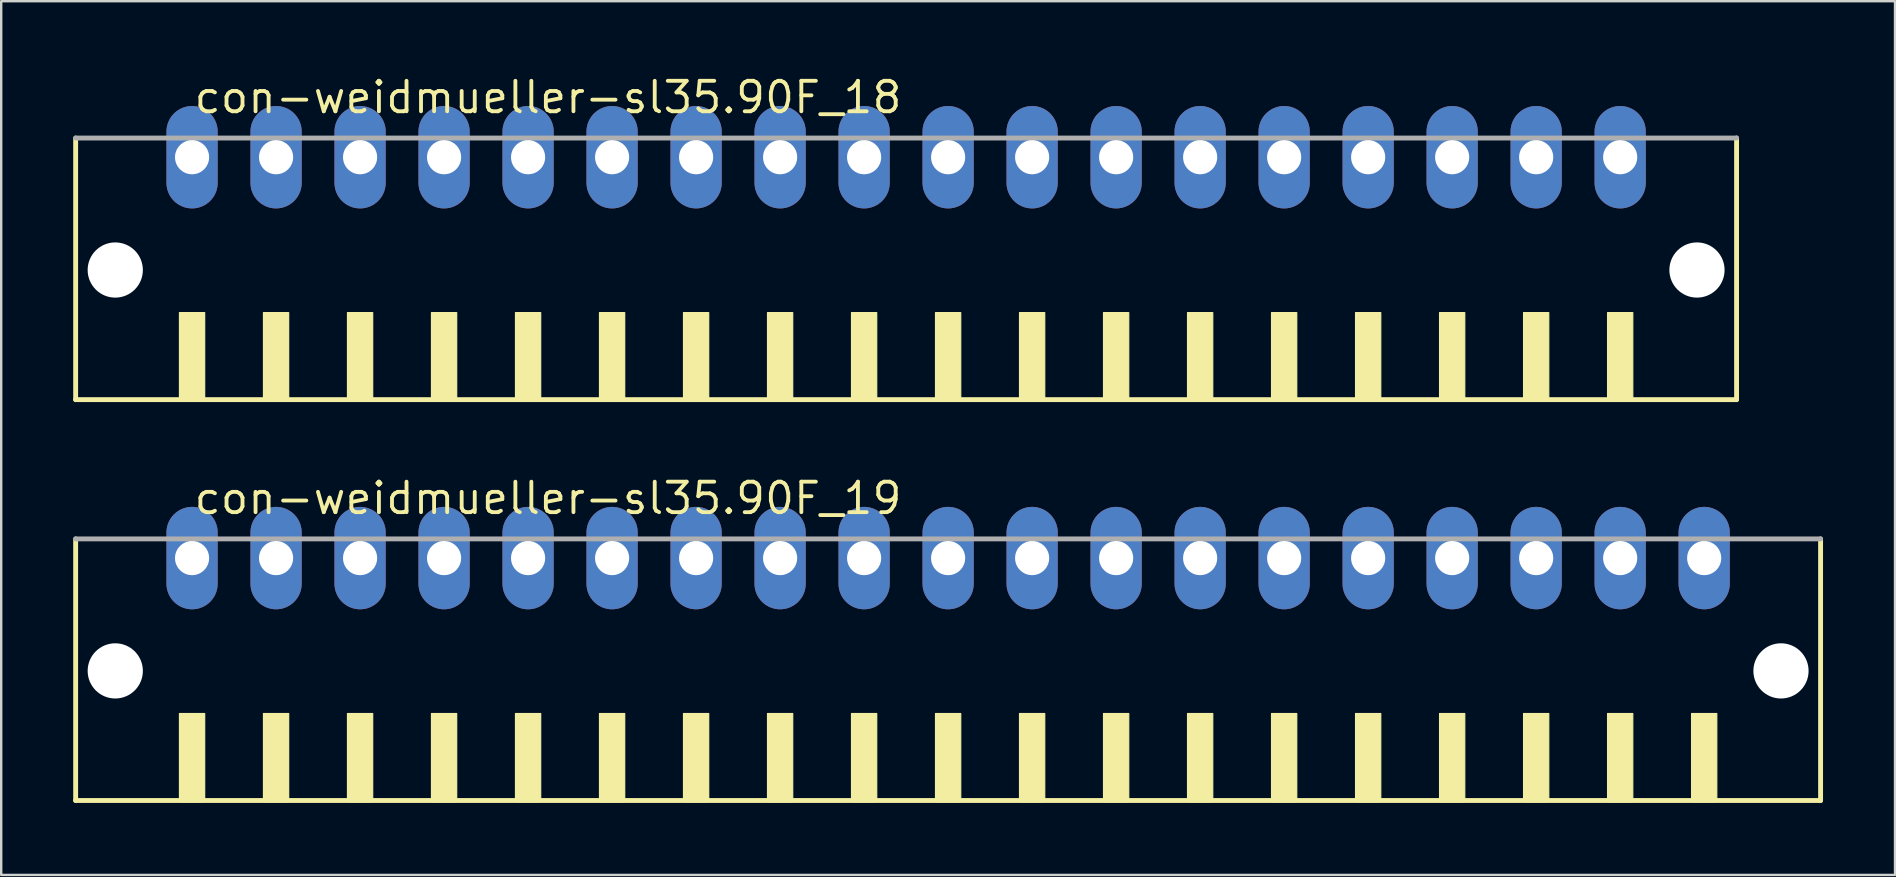
<source format=kicad_pcb>
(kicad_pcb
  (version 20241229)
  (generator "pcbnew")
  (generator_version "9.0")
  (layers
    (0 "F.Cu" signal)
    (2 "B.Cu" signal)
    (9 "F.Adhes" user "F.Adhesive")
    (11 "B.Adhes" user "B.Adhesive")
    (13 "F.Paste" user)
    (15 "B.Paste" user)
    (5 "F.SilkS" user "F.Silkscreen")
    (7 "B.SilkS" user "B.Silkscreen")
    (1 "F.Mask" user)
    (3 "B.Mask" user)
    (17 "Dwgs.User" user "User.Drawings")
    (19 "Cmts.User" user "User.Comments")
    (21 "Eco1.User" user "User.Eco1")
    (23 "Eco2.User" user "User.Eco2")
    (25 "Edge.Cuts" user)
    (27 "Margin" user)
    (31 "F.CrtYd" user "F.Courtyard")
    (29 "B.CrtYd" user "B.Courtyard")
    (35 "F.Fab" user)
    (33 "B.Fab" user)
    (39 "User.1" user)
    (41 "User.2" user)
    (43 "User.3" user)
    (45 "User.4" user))
  (footprint "con-weidmueller-sl35.90F_19"
    (layer "F.Cu")
    (at 36.452 25.452)
    (property "Reference" "con-weidmueller-sl35.90F_19" (at -31.5 -7 0) (layer "F.SilkS") (effects (font (size 1.27 1.27) (thickness 0.16)) (justify left bottom)))
    (attr through_hole)
    (fp_line (start -36.35 -6.05) (end -36.35 4.85) (stroke (width 0.203) (type default)) (layer "F.SilkS"))
    (fp_line (start -36.35 4.85) (end 36.35 4.85) (stroke (width 0.203) (type default)) (layer "F.SilkS"))
    (fp_line (start 36.35 4.85) (end 36.35 -6.05) (stroke (width 0.203) (type default)) (layer "F.SilkS"))
    (fp_rect (start -32.025 4.9) (end -30.975 1.225) (stroke (width 0.05) (type default)) (fill yes) (layer "F.SilkS"))
    (fp_rect (start -28.525 4.9) (end -27.475 1.225) (stroke (width 0.05) (type default)) (fill yes) (layer "F.SilkS"))
    (fp_rect (start -25.025 4.9) (end -23.975 1.225) (stroke (width 0.05) (type default)) (fill yes) (layer "F.SilkS"))
    (fp_rect (start -21.525 4.9) (end -20.475 1.225) (stroke (width 0.05) (type default)) (fill yes) (layer "F.SilkS"))
    (fp_rect (start -18.025 4.9) (end -16.975 1.225) (stroke (width 0.05) (type default)) (fill yes) (layer "F.SilkS"))
    (fp_rect (start -14.525 4.9) (end -13.475 1.225) (stroke (width 0.05) (type default)) (fill yes) (layer "F.SilkS"))
    (fp_rect (start -11.025 4.9) (end -9.975 1.225) (stroke (width 0.05) (type default)) (fill yes) (layer "F.SilkS"))
    (fp_rect (start -7.525 4.9) (end -6.475 1.225) (stroke (width 0.05) (type default)) (fill yes) (layer "F.SilkS"))
    (fp_rect (start -4.025 4.9) (end -2.975 1.225) (stroke (width 0.05) (type default)) (fill yes) (layer "F.SilkS"))
    (fp_rect (start -0.525 4.9) (end 0.525 1.225) (stroke (width 0.05) (type default)) (fill yes) (layer "F.SilkS"))
    (fp_rect (start 2.975 4.9) (end 4.025 1.225) (stroke (width 0.05) (type default)) (fill yes) (layer "F.SilkS"))
    (fp_rect (start 6.475 4.9) (end 7.525 1.225) (stroke (width 0.05) (type default)) (fill yes) (layer "F.SilkS"))
    (fp_rect (start 9.975 4.9) (end 11.025 1.225) (stroke (width 0.05) (type default)) (fill yes) (layer "F.SilkS"))
    (fp_rect (start 13.475 4.9) (end 14.525 1.225) (stroke (width 0.05) (type default)) (fill yes) (layer "F.SilkS"))
    (fp_rect (start 16.975 4.9) (end 18.025 1.225) (stroke (width 0.05) (type default)) (fill yes) (layer "F.SilkS"))
    (fp_rect (start 20.475 4.9) (end 21.525 1.225) (stroke (width 0.05) (type default)) (fill yes) (layer "F.SilkS"))
    (fp_rect (start 23.975 4.9) (end 25.025 1.225) (stroke (width 0.05) (type default)) (fill yes) (layer "F.SilkS"))
    (fp_rect (start 27.475 4.9) (end 28.525 1.225) (stroke (width 0.05) (type default)) (fill yes) (layer "F.SilkS"))
    (fp_rect (start 30.975 4.9) (end 32.025 1.225) (stroke (width 0.05) (type default)) (fill yes) (layer "F.SilkS"))
    (fp_line (start 36.35 -6.05) (end -36.35 -6.05) (stroke (width 0.203) (type default)) (layer "F.Fab"))
    (pad "" np_thru_hole circle (at -34.7 -0.55) (size 2.3 2.3) (drill 2.3) (layers "*.Cu" "*.Mask"))
    (pad "" np_thru_hole circle (at 34.7 -0.55) (size 2.3 2.3) (drill 2.3) (layers "*.Cu" "*.Mask"))
    (pad "1" thru_hole oval (at -31.5 -5.25 90) (size 4.267 2.134) (drill 1.422) (layers "*.Cu" "*.Mask"))
    (pad "2" thru_hole oval (at -28 -5.25 90) (size 4.267 2.134) (drill 1.422) (layers "*.Cu" "*.Mask"))
    (pad "3" thru_hole oval (at -24.5 -5.25 90) (size 4.267 2.134) (drill 1.422) (layers "*.Cu" "*.Mask"))
    (pad "4" thru_hole oval (at -21 -5.25 90) (size 4.267 2.134) (drill 1.422) (layers "*.Cu" "*.Mask"))
    (pad "5" thru_hole oval (at -17.5 -5.25 90) (size 4.267 2.134) (drill 1.422) (layers "*.Cu" "*.Mask"))
    (pad "6" thru_hole oval (at -14 -5.25 90) (size 4.267 2.134) (drill 1.422) (layers "*.Cu" "*.Mask"))
    (pad "7" thru_hole oval (at -10.5 -5.25 90) (size 4.267 2.134) (drill 1.422) (layers "*.Cu" "*.Mask"))
    (pad "8" thru_hole oval (at -7 -5.25 90) (size 4.267 2.134) (drill 1.422) (layers "*.Cu" "*.Mask"))
    (pad "9" thru_hole oval (at -3.5 -5.25 90) (size 4.267 2.134) (drill 1.422) (layers "*.Cu" "*.Mask"))
    (pad "10" thru_hole oval (at 0 -5.25 90) (size 4.267 2.134) (drill 1.422) (layers "*.Cu" "*.Mask"))
    (pad "11" thru_hole oval (at 3.5 -5.25 90) (size 4.267 2.134) (drill 1.422) (layers "*.Cu" "*.Mask"))
    (pad "12" thru_hole oval (at 7 -5.25 90) (size 4.267 2.134) (drill 1.422) (layers "*.Cu" "*.Mask"))
    (pad "13" thru_hole oval (at 10.5 -5.25 90) (size 4.267 2.134) (drill 1.422) (layers "*.Cu" "*.Mask"))
    (pad "14" thru_hole oval (at 14 -5.25 90) (size 4.267 2.134) (drill 1.422) (layers "*.Cu" "*.Mask"))
    (pad "15" thru_hole oval (at 17.5 -5.25 90) (size 4.267 2.134) (drill 1.422) (layers "*.Cu" "*.Mask"))
    (pad "16" thru_hole oval (at 21 -5.25 90) (size 4.267 2.134) (drill 1.422) (layers "*.Cu" "*.Mask"))
    (pad "17" thru_hole oval (at 24.5 -5.25 90) (size 4.267 2.134) (drill 1.422) (layers "*.Cu" "*.Mask"))
    (pad "18" thru_hole oval (at 28 -5.25 90) (size 4.267 2.134) (drill 1.422) (layers "*.Cu" "*.Mask"))
    (pad "19" thru_hole oval (at 31.5 -5.25 90) (size 4.267 2.134) (drill 1.422) (layers "*.Cu" "*.Mask")))
  (footprint "con-weidmueller-sl35.90F_18"
    (layer "F.Cu")
    (at 34.702 8.75)
    (property "Reference" "con-weidmueller-sl35.90F_18" (at -29.75 -7 0) (layer "F.SilkS") (effects (font (size 1.27 1.27) (thickness 0.16)) (justify left bottom)))
    (attr through_hole)
    (fp_line (start -34.6 -6.05) (end -34.6 4.85) (stroke (width 0.203) (type default)) (layer "F.SilkS"))
    (fp_line (start -34.6 4.85) (end 34.6 4.85) (stroke (width 0.203) (type default)) (layer "F.SilkS"))
    (fp_line (start 34.6 4.85) (end 34.6 -6.05) (stroke (width 0.203) (type default)) (layer "F.SilkS"))
    (fp_rect (start -30.275 4.9) (end -29.225 1.225) (stroke (width 0.05) (type default)) (fill yes) (layer "F.SilkS"))
    (fp_rect (start -26.775 4.9) (end -25.725 1.225) (stroke (width 0.05) (type default)) (fill yes) (layer "F.SilkS"))
    (fp_rect (start -23.275 4.9) (end -22.225 1.225) (stroke (width 0.05) (type default)) (fill yes) (layer "F.SilkS"))
    (fp_rect (start -19.775 4.9) (end -18.725 1.225) (stroke (width 0.05) (type default)) (fill yes) (layer "F.SilkS"))
    (fp_rect (start -16.275 4.9) (end -15.225 1.225) (stroke (width 0.05) (type default)) (fill yes) (layer "F.SilkS"))
    (fp_rect (start -12.775 4.9) (end -11.725 1.225) (stroke (width 0.05) (type default)) (fill yes) (layer "F.SilkS"))
    (fp_rect (start -9.275 4.9) (end -8.225 1.225) (stroke (width 0.05) (type default)) (fill yes) (layer "F.SilkS"))
    (fp_rect (start -5.775 4.9) (end -4.725 1.225) (stroke (width 0.05) (type default)) (fill yes) (layer "F.SilkS"))
    (fp_rect (start -2.275 4.9) (end -1.225 1.225) (stroke (width 0.05) (type default)) (fill yes) (layer "F.SilkS"))
    (fp_rect (start 1.225 4.9) (end 2.275 1.225) (stroke (width 0.05) (type default)) (fill yes) (layer "F.SilkS"))
    (fp_rect (start 4.725 4.9) (end 5.775 1.225) (stroke (width 0.05) (type default)) (fill yes) (layer "F.SilkS"))
    (fp_rect (start 8.225 4.9) (end 9.275 1.225) (stroke (width 0.05) (type default)) (fill yes) (layer "F.SilkS"))
    (fp_rect (start 11.725 4.9) (end 12.775 1.225) (stroke (width 0.05) (type default)) (fill yes) (layer "F.SilkS"))
    (fp_rect (start 15.225 4.9) (end 16.275 1.225) (stroke (width 0.05) (type default)) (fill yes) (layer "F.SilkS"))
    (fp_rect (start 18.725 4.9) (end 19.775 1.225) (stroke (width 0.05) (type default)) (fill yes) (layer "F.SilkS"))
    (fp_rect (start 22.225 4.9) (end 23.275 1.225) (stroke (width 0.05) (type default)) (fill yes) (layer "F.SilkS"))
    (fp_rect (start 25.725 4.9) (end 26.775 1.225) (stroke (width 0.05) (type default)) (fill yes) (layer "F.SilkS"))
    (fp_rect (start 29.225 4.9) (end 30.275 1.225) (stroke (width 0.05) (type default)) (fill yes) (layer "F.SilkS"))
    (fp_line (start 34.6 -6.05) (end -34.6 -6.05) (stroke (width 0.203) (type default)) (layer "F.Fab"))
    (pad "" np_thru_hole circle (at -32.95 -0.55) (size 2.3 2.3) (drill 2.3) (layers "*.Cu" "*.Mask"))
    (pad "" np_thru_hole circle (at 32.95 -0.55) (size 2.3 2.3) (drill 2.3) (layers "*.Cu" "*.Mask"))
    (pad "1" thru_hole oval (at -29.75 -5.25 90) (size 4.267 2.134) (drill 1.422) (layers "*.Cu" "*.Mask"))
    (pad "2" thru_hole oval (at -26.25 -5.25 90) (size 4.267 2.134) (drill 1.422) (layers "*.Cu" "*.Mask"))
    (pad "3" thru_hole oval (at -22.75 -5.25 90) (size 4.267 2.134) (drill 1.422) (layers "*.Cu" "*.Mask"))
    (pad "4" thru_hole oval (at -19.25 -5.25 90) (size 4.267 2.134) (drill 1.422) (layers "*.Cu" "*.Mask"))
    (pad "5" thru_hole oval (at -15.75 -5.25 90) (size 4.267 2.134) (drill 1.422) (layers "*.Cu" "*.Mask"))
    (pad "6" thru_hole oval (at -12.25 -5.25 90) (size 4.267 2.134) (drill 1.422) (layers "*.Cu" "*.Mask"))
    (pad "7" thru_hole oval (at -8.75 -5.25 90) (size 4.267 2.134) (drill 1.422) (layers "*.Cu" "*.Mask"))
    (pad "8" thru_hole oval (at -5.25 -5.25 90) (size 4.267 2.134) (drill 1.422) (layers "*.Cu" "*.Mask"))
    (pad "9" thru_hole oval (at -1.75 -5.25 90) (size 4.267 2.134) (drill 1.422) (layers "*.Cu" "*.Mask"))
    (pad "10" thru_hole oval (at 1.75 -5.25 90) (size 4.267 2.134) (drill 1.422) (layers "*.Cu" "*.Mask"))
    (pad "11" thru_hole oval (at 5.25 -5.25 90) (size 4.267 2.134) (drill 1.422) (layers "*.Cu" "*.Mask"))
    (pad "12" thru_hole oval (at 8.75 -5.25 90) (size 4.267 2.134) (drill 1.422) (layers "*.Cu" "*.Mask"))
    (pad "13" thru_hole oval (at 12.25 -5.25 90) (size 4.267 2.134) (drill 1.422) (layers "*.Cu" "*.Mask"))
    (pad "14" thru_hole oval (at 15.75 -5.25 90) (size 4.267 2.134) (drill 1.422) (layers "*.Cu" "*.Mask"))
    (pad "15" thru_hole oval (at 19.25 -5.25 90) (size 4.267 2.134) (drill 1.422) (layers "*.Cu" "*.Mask"))
    (pad "16" thru_hole oval (at 22.75 -5.25 90) (size 4.267 2.134) (drill 1.422) (layers "*.Cu" "*.Mask"))
    (pad "17" thru_hole oval (at 26.25 -5.25 90) (size 4.267 2.134) (drill 1.422) (layers "*.Cu" "*.Mask"))
    (pad "18" thru_hole oval (at 29.75 -5.25 90) (size 4.267 2.134) (drill 1.422) (layers "*.Cu" "*.Mask")))
  (gr_rect
    (start -3 -3)
    (end 75.903 33.403)
    (stroke (width 0.1) (type default))
    (fill no)
    (layer "Edge.Cuts")))
</source>
